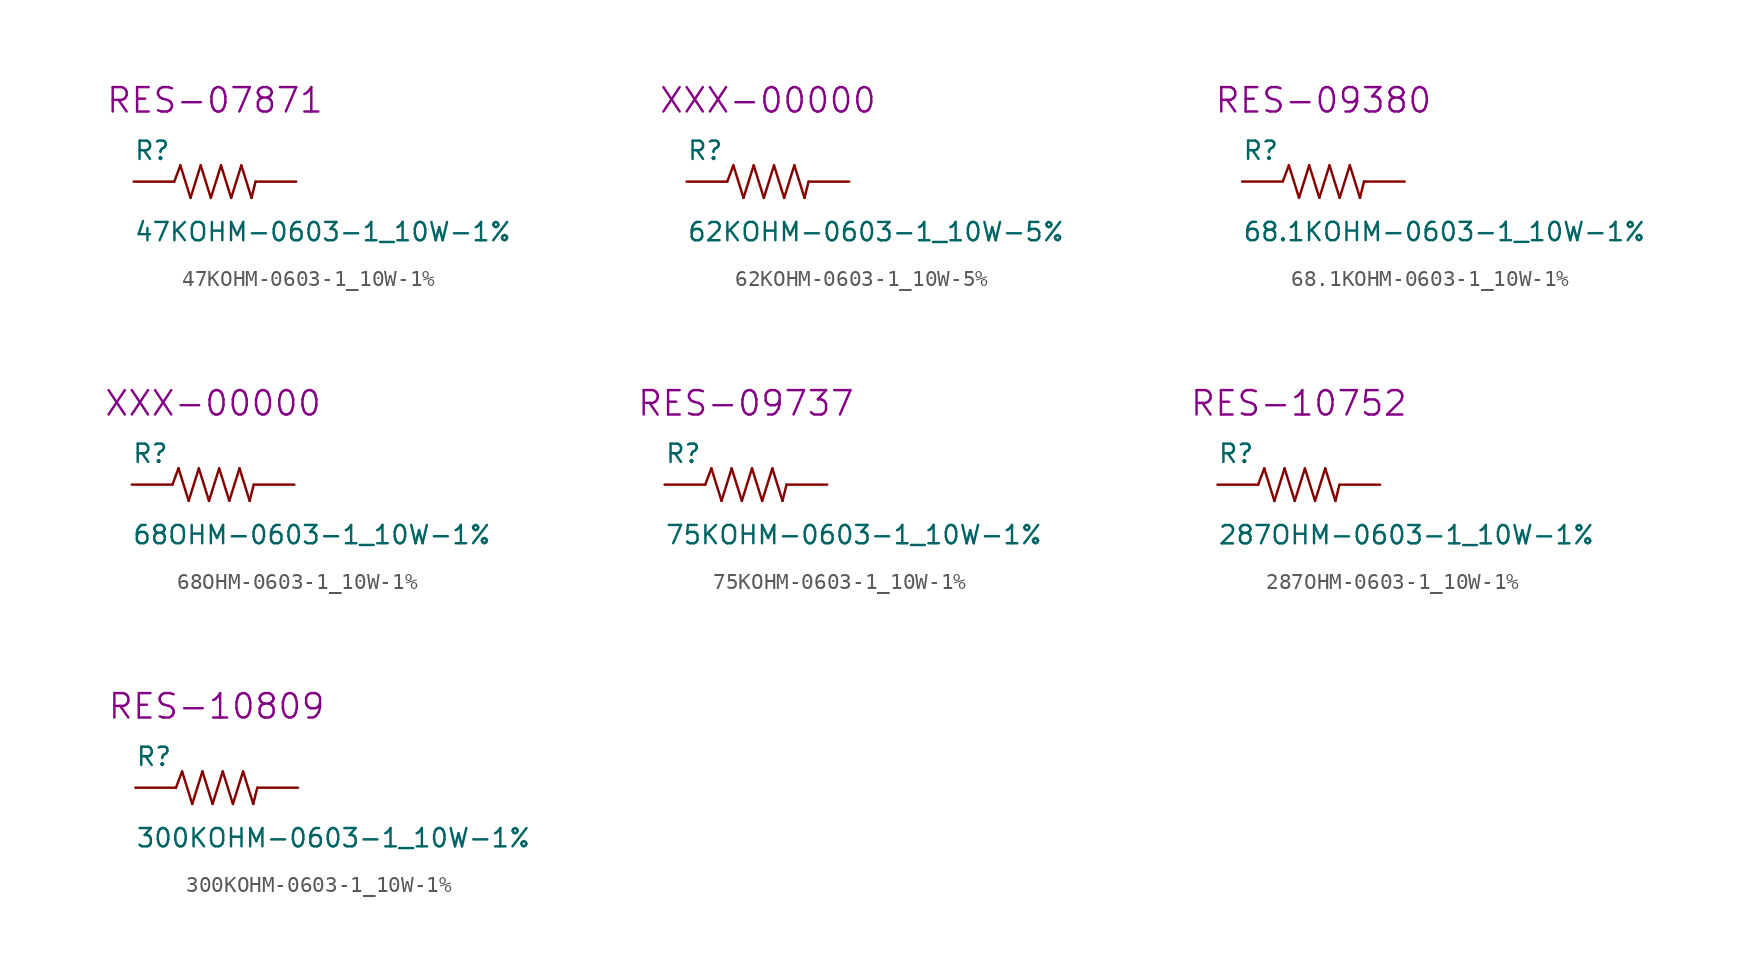
<source format=kicad_sym>
(kicad_symbol_lib
  (version 20211014)
  (generator kicad_symbol_editor)
  (symbol "47KOHM-0603-1_10W-1%"
    (pin_numbers hide)
    (pin_names
      (offset 1.016) hide)
    (property "Reference" "R"
      (at -5.08 1.27 0)
      (effects (font (size 1.143 1.143)) (justify left bottom)))
    (property "Value" "47KOHM-0603-1_10W-1%"
      (at -5.08 -3.81 0)
      (effects (font (size 1.143 1.143)) (justify left bottom)))
    (property "Field4" "RES-07871"
      (at 0 5.08 0)
      (effects (font (size 1.524 1.524))))
    (property "ki_locked" ""
      (at 0 0 0)
      (effects (font (size 1.27 1.27))))
    (symbol "47KOHM-0603-1_10W-1%_1_0"
      (polyline (pts (xy -2.54 0) (xy -2.159 1.016)) (stroke (width 0) (type default) (color 0 0 0 0)) (fill (type none)))
      (polyline (pts (xy -2.159 1.016) (xy -1.524 -1.016)) (stroke (width 0) (type default) (color 0 0 0 0)) (fill (type none)))
      (polyline (pts (xy -1.524 -1.016) (xy -0.889 1.016)) (stroke (width 0) (type default) (color 0 0 0 0)) (fill (type none)))
      (polyline (pts (xy -0.889 1.016) (xy -0.254 -1.016)) (stroke (width 0) (type default) (color 0 0 0 0)) (fill (type none)))
      (polyline (pts (xy -0.254 -1.016) (xy 0.381 1.016)) (stroke (width 0) (type default) (color 0 0 0 0)) (fill (type none)))
      (polyline (pts (xy 0.381 1.016) (xy 1.016 -1.016)) (stroke (width 0) (type default) (color 0 0 0 0)) (fill (type none)))
      (polyline (pts (xy 1.016 -1.016) (xy 1.651 1.016)) (stroke (width 0) (type default) (color 0 0 0 0)) (fill (type none)))
      (polyline (pts (xy 1.651 1.016) (xy 2.286 -1.016)) (stroke (width 0) (type default) (color 0 0 0 0)) (fill (type none)))
      (polyline (pts (xy 2.286 -1.016) (xy 2.54 0)) (stroke (width 0) (type default) (color 0 0 0 0)) (fill (type none))))
    (symbol "47KOHM-0603-1_10W-1%_1_1"
      (pin passive line (at -5.08 0 0) (length 2.54) (name "1" (effects (font (size 1.016 1.016)))) (number "1" (effects (font (size 1.016 1.016)))))
      (pin passive line (at 5.08 0 180) (length 2.54) (name "2" (effects (font (size 1.016 1.016)))) (number "2" (effects (font (size 1.016 1.016)))))))
  (symbol "62KOHM-0603-1_10W-5%"
    (pin_numbers hide)
    (pin_names
      (offset 1.016) hide)
    (property "Reference" "R"
      (at -5.08 1.27 0)
      (effects (font (size 1.143 1.143)) (justify left bottom)))
    (property "Value" "62KOHM-0603-1_10W-5%"
      (at -5.08 -3.81 0)
      (effects (font (size 1.143 1.143)) (justify left bottom)))
    (property "Field4" "XXX-00000"
      (at 0 5.08 0)
      (effects (font (size 1.524 1.524))))
    (property "ki_locked" ""
      (at 0 0 0)
      (effects (font (size 1.27 1.27))))
    (symbol "62KOHM-0603-1_10W-5%_1_0"
      (polyline (pts (xy -2.54 0) (xy -2.159 1.016)) (stroke (width 0) (type default) (color 0 0 0 0)) (fill (type none)))
      (polyline (pts (xy -2.159 1.016) (xy -1.524 -1.016)) (stroke (width 0) (type default) (color 0 0 0 0)) (fill (type none)))
      (polyline (pts (xy -1.524 -1.016) (xy -0.889 1.016)) (stroke (width 0) (type default) (color 0 0 0 0)) (fill (type none)))
      (polyline (pts (xy -0.889 1.016) (xy -0.254 -1.016)) (stroke (width 0) (type default) (color 0 0 0 0)) (fill (type none)))
      (polyline (pts (xy -0.254 -1.016) (xy 0.381 1.016)) (stroke (width 0) (type default) (color 0 0 0 0)) (fill (type none)))
      (polyline (pts (xy 0.381 1.016) (xy 1.016 -1.016)) (stroke (width 0) (type default) (color 0 0 0 0)) (fill (type none)))
      (polyline (pts (xy 1.016 -1.016) (xy 1.651 1.016)) (stroke (width 0) (type default) (color 0 0 0 0)) (fill (type none)))
      (polyline (pts (xy 1.651 1.016) (xy 2.286 -1.016)) (stroke (width 0) (type default) (color 0 0 0 0)) (fill (type none)))
      (polyline (pts (xy 2.286 -1.016) (xy 2.54 0)) (stroke (width 0) (type default) (color 0 0 0 0)) (fill (type none))))
    (symbol "62KOHM-0603-1_10W-5%_1_1"
      (pin passive line (at -5.08 0 0) (length 2.54) (name "1" (effects (font (size 1.016 1.016)))) (number "1" (effects (font (size 1.016 1.016)))))
      (pin passive line (at 5.08 0 180) (length 2.54) (name "2" (effects (font (size 1.016 1.016)))) (number "2" (effects (font (size 1.016 1.016)))))))
  (symbol "68.1KOHM-0603-1_10W-1%"
    (pin_numbers hide)
    (pin_names
      (offset 1.016) hide)
    (property "Reference" "R"
      (at -5.08 1.27 0)
      (effects (font (size 1.143 1.143)) (justify left bottom)))
    (property "Value" "68.1KOHM-0603-1_10W-1%"
      (at -5.08 -3.81 0)
      (effects (font (size 1.143 1.143)) (justify left bottom)))
    (property "Field4" "RES-09380"
      (at 0 5.08 0)
      (effects (font (size 1.524 1.524))))
    (property "ki_locked" ""
      (at 0 0 0)
      (effects (font (size 1.27 1.27))))
    (symbol "68.1KOHM-0603-1_10W-1%_1_0"
      (polyline (pts (xy -2.54 0) (xy -2.159 1.016)) (stroke (width 0) (type default) (color 0 0 0 0)) (fill (type none)))
      (polyline (pts (xy -2.159 1.016) (xy -1.524 -1.016)) (stroke (width 0) (type default) (color 0 0 0 0)) (fill (type none)))
      (polyline (pts (xy -1.524 -1.016) (xy -0.889 1.016)) (stroke (width 0) (type default) (color 0 0 0 0)) (fill (type none)))
      (polyline (pts (xy -0.889 1.016) (xy -0.254 -1.016)) (stroke (width 0) (type default) (color 0 0 0 0)) (fill (type none)))
      (polyline (pts (xy -0.254 -1.016) (xy 0.381 1.016)) (stroke (width 0) (type default) (color 0 0 0 0)) (fill (type none)))
      (polyline (pts (xy 0.381 1.016) (xy 1.016 -1.016)) (stroke (width 0) (type default) (color 0 0 0 0)) (fill (type none)))
      (polyline (pts (xy 1.016 -1.016) (xy 1.651 1.016)) (stroke (width 0) (type default) (color 0 0 0 0)) (fill (type none)))
      (polyline (pts (xy 1.651 1.016) (xy 2.286 -1.016)) (stroke (width 0) (type default) (color 0 0 0 0)) (fill (type none)))
      (polyline (pts (xy 2.286 -1.016) (xy 2.54 0)) (stroke (width 0) (type default) (color 0 0 0 0)) (fill (type none))))
    (symbol "68.1KOHM-0603-1_10W-1%_1_1"
      (pin passive line (at -5.08 0 0) (length 2.54) (name "1" (effects (font (size 1.016 1.016)))) (number "1" (effects (font (size 1.016 1.016)))))
      (pin passive line (at 5.08 0 180) (length 2.54) (name "2" (effects (font (size 1.016 1.016)))) (number "2" (effects (font (size 1.016 1.016)))))))
  (symbol "68OHM-0603-1_10W-1%"
    (pin_numbers hide)
    (pin_names
      (offset 1.016) hide)
    (property "Reference" "R"
      (at -5.08 1.27 0)
      (effects (font (size 1.143 1.143)) (justify left bottom)))
    (property "Value" "68OHM-0603-1_10W-1%"
      (at -5.08 -3.81 0)
      (effects (font (size 1.143 1.143)) (justify left bottom)))
    (property "Field4" "XXX-00000"
      (at 0 5.08 0)
      (effects (font (size 1.524 1.524))))
    (property "ki_locked" ""
      (at 0 0 0)
      (effects (font (size 1.27 1.27))))
    (symbol "68OHM-0603-1_10W-1%_1_0"
      (polyline (pts (xy -2.54 0) (xy -2.159 1.016)) (stroke (width 0) (type default) (color 0 0 0 0)) (fill (type none)))
      (polyline (pts (xy -2.159 1.016) (xy -1.524 -1.016)) (stroke (width 0) (type default) (color 0 0 0 0)) (fill (type none)))
      (polyline (pts (xy -1.524 -1.016) (xy -0.889 1.016)) (stroke (width 0) (type default) (color 0 0 0 0)) (fill (type none)))
      (polyline (pts (xy -0.889 1.016) (xy -0.254 -1.016)) (stroke (width 0) (type default) (color 0 0 0 0)) (fill (type none)))
      (polyline (pts (xy -0.254 -1.016) (xy 0.381 1.016)) (stroke (width 0) (type default) (color 0 0 0 0)) (fill (type none)))
      (polyline (pts (xy 0.381 1.016) (xy 1.016 -1.016)) (stroke (width 0) (type default) (color 0 0 0 0)) (fill (type none)))
      (polyline (pts (xy 1.016 -1.016) (xy 1.651 1.016)) (stroke (width 0) (type default) (color 0 0 0 0)) (fill (type none)))
      (polyline (pts (xy 1.651 1.016) (xy 2.286 -1.016)) (stroke (width 0) (type default) (color 0 0 0 0)) (fill (type none)))
      (polyline (pts (xy 2.286 -1.016) (xy 2.54 0)) (stroke (width 0) (type default) (color 0 0 0 0)) (fill (type none))))
    (symbol "68OHM-0603-1_10W-1%_1_1"
      (pin passive line (at -5.08 0 0) (length 2.54) (name "1" (effects (font (size 1.016 1.016)))) (number "1" (effects (font (size 1.016 1.016)))))
      (pin passive line (at 5.08 0 180) (length 2.54) (name "2" (effects (font (size 1.016 1.016)))) (number "2" (effects (font (size 1.016 1.016)))))))
  (symbol "75KOHM-0603-1_10W-1%"
    (pin_numbers hide)
    (pin_names
      (offset 1.016) hide)
    (property "Reference" "R"
      (at -5.08 1.27 0)
      (effects (font (size 1.143 1.143)) (justify left bottom)))
    (property "Value" "75KOHM-0603-1_10W-1%"
      (at -5.08 -3.81 0)
      (effects (font (size 1.143 1.143)) (justify left bottom)))
    (property "Field4" "RES-09737"
      (at 0 5.08 0)
      (effects (font (size 1.524 1.524))))
    (property "ki_locked" ""
      (at 0 0 0)
      (effects (font (size 1.27 1.27))))
    (symbol "75KOHM-0603-1_10W-1%_1_0"
      (polyline (pts (xy -2.54 0) (xy -2.159 1.016)) (stroke (width 0) (type default) (color 0 0 0 0)) (fill (type none)))
      (polyline (pts (xy -2.159 1.016) (xy -1.524 -1.016)) (stroke (width 0) (type default) (color 0 0 0 0)) (fill (type none)))
      (polyline (pts (xy -1.524 -1.016) (xy -0.889 1.016)) (stroke (width 0) (type default) (color 0 0 0 0)) (fill (type none)))
      (polyline (pts (xy -0.889 1.016) (xy -0.254 -1.016)) (stroke (width 0) (type default) (color 0 0 0 0)) (fill (type none)))
      (polyline (pts (xy -0.254 -1.016) (xy 0.381 1.016)) (stroke (width 0) (type default) (color 0 0 0 0)) (fill (type none)))
      (polyline (pts (xy 0.381 1.016) (xy 1.016 -1.016)) (stroke (width 0) (type default) (color 0 0 0 0)) (fill (type none)))
      (polyline (pts (xy 1.016 -1.016) (xy 1.651 1.016)) (stroke (width 0) (type default) (color 0 0 0 0)) (fill (type none)))
      (polyline (pts (xy 1.651 1.016) (xy 2.286 -1.016)) (stroke (width 0) (type default) (color 0 0 0 0)) (fill (type none)))
      (polyline (pts (xy 2.286 -1.016) (xy 2.54 0)) (stroke (width 0) (type default) (color 0 0 0 0)) (fill (type none))))
    (symbol "75KOHM-0603-1_10W-1%_1_1"
      (pin passive line (at -5.08 0 0) (length 2.54) (name "1" (effects (font (size 1.016 1.016)))) (number "1" (effects (font (size 1.016 1.016)))))
      (pin passive line (at 5.08 0 180) (length 2.54) (name "2" (effects (font (size 1.016 1.016)))) (number "2" (effects (font (size 1.016 1.016)))))))
  (symbol "287OHM-0603-1_10W-1%"
    (pin_numbers hide)
    (pin_names
      (offset 1.016) hide)
    (property "Reference" "R"
      (at -5.08 1.27 0)
      (effects (font (size 1.143 1.143)) (justify left bottom)))
    (property "Value" "287OHM-0603-1_10W-1%"
      (at -5.08 -3.81 0)
      (effects (font (size 1.143 1.143)) (justify left bottom)))
    (property "Field4" "RES-10752"
      (at 0 5.08 0)
      (effects (font (size 1.524 1.524))))
    (property "ki_locked" ""
      (at 0 0 0)
      (effects (font (size 1.27 1.27))))
    (symbol "287OHM-0603-1_10W-1%_1_0"
      (polyline (pts (xy -2.54 0) (xy -2.159 1.016)) (stroke (width 0) (type default) (color 0 0 0 0)) (fill (type none)))
      (polyline (pts (xy -2.159 1.016) (xy -1.524 -1.016)) (stroke (width 0) (type default) (color 0 0 0 0)) (fill (type none)))
      (polyline (pts (xy -1.524 -1.016) (xy -0.889 1.016)) (stroke (width 0) (type default) (color 0 0 0 0)) (fill (type none)))
      (polyline (pts (xy -0.889 1.016) (xy -0.254 -1.016)) (stroke (width 0) (type default) (color 0 0 0 0)) (fill (type none)))
      (polyline (pts (xy -0.254 -1.016) (xy 0.381 1.016)) (stroke (width 0) (type default) (color 0 0 0 0)) (fill (type none)))
      (polyline (pts (xy 0.381 1.016) (xy 1.016 -1.016)) (stroke (width 0) (type default) (color 0 0 0 0)) (fill (type none)))
      (polyline (pts (xy 1.016 -1.016) (xy 1.651 1.016)) (stroke (width 0) (type default) (color 0 0 0 0)) (fill (type none)))
      (polyline (pts (xy 1.651 1.016) (xy 2.286 -1.016)) (stroke (width 0) (type default) (color 0 0 0 0)) (fill (type none)))
      (polyline (pts (xy 2.286 -1.016) (xy 2.54 0)) (stroke (width 0) (type default) (color 0 0 0 0)) (fill (type none))))
    (symbol "287OHM-0603-1_10W-1%_1_1"
      (pin passive line (at -5.08 0 0) (length 2.54) (name "1" (effects (font (size 1.016 1.016)))) (number "1" (effects (font (size 1.016 1.016)))))
      (pin passive line (at 5.08 0 180) (length 2.54) (name "2" (effects (font (size 1.016 1.016)))) (number "2" (effects (font (size 1.016 1.016)))))))
  (symbol "300KOHM-0603-1_10W-1%"
    (pin_numbers hide)
    (pin_names
      (offset 1.016) hide)
    (property "Reference" "R"
      (at -5.08 1.27 0)
      (effects (font (size 1.143 1.143)) (justify left bottom)))
    (property "Value" "300KOHM-0603-1_10W-1%"
      (at -5.08 -3.81 0)
      (effects (font (size 1.143 1.143)) (justify left bottom)))
    (property "Field4" "RES-10809"
      (at 0 5.08 0)
      (effects (font (size 1.524 1.524))))
    (property "ki_locked" ""
      (at 0 0 0)
      (effects (font (size 1.27 1.27))))
    (symbol "300KOHM-0603-1_10W-1%_1_0"
      (polyline (pts (xy -2.54 0) (xy -2.159 1.016)) (stroke (width 0) (type default) (color 0 0 0 0)) (fill (type none)))
      (polyline (pts (xy -2.159 1.016) (xy -1.524 -1.016)) (stroke (width 0) (type default) (color 0 0 0 0)) (fill (type none)))
      (polyline (pts (xy -1.524 -1.016) (xy -0.889 1.016)) (stroke (width 0) (type default) (color 0 0 0 0)) (fill (type none)))
      (polyline (pts (xy -0.889 1.016) (xy -0.254 -1.016)) (stroke (width 0) (type default) (color 0 0 0 0)) (fill (type none)))
      (polyline (pts (xy -0.254 -1.016) (xy 0.381 1.016)) (stroke (width 0) (type default) (color 0 0 0 0)) (fill (type none)))
      (polyline (pts (xy 0.381 1.016) (xy 1.016 -1.016)) (stroke (width 0) (type default) (color 0 0 0 0)) (fill (type none)))
      (polyline (pts (xy 1.016 -1.016) (xy 1.651 1.016)) (stroke (width 0) (type default) (color 0 0 0 0)) (fill (type none)))
      (polyline (pts (xy 1.651 1.016) (xy 2.286 -1.016)) (stroke (width 0) (type default) (color 0 0 0 0)) (fill (type none)))
      (polyline (pts (xy 2.286 -1.016) (xy 2.54 0)) (stroke (width 0) (type default) (color 0 0 0 0)) (fill (type none))))
    (symbol "300KOHM-0603-1_10W-1%_1_1"
      (pin passive line (at -5.08 0 0) (length 2.54) (name "1" (effects (font (size 1.016 1.016)))) (number "1" (effects (font (size 1.016 1.016)))))
      (pin passive line (at 5.08 0 180) (length 2.54) (name "2" (effects (font (size 1.016 1.016)))) (number "2" (effects (font (size 1.016 1.016))))))))
</source>
